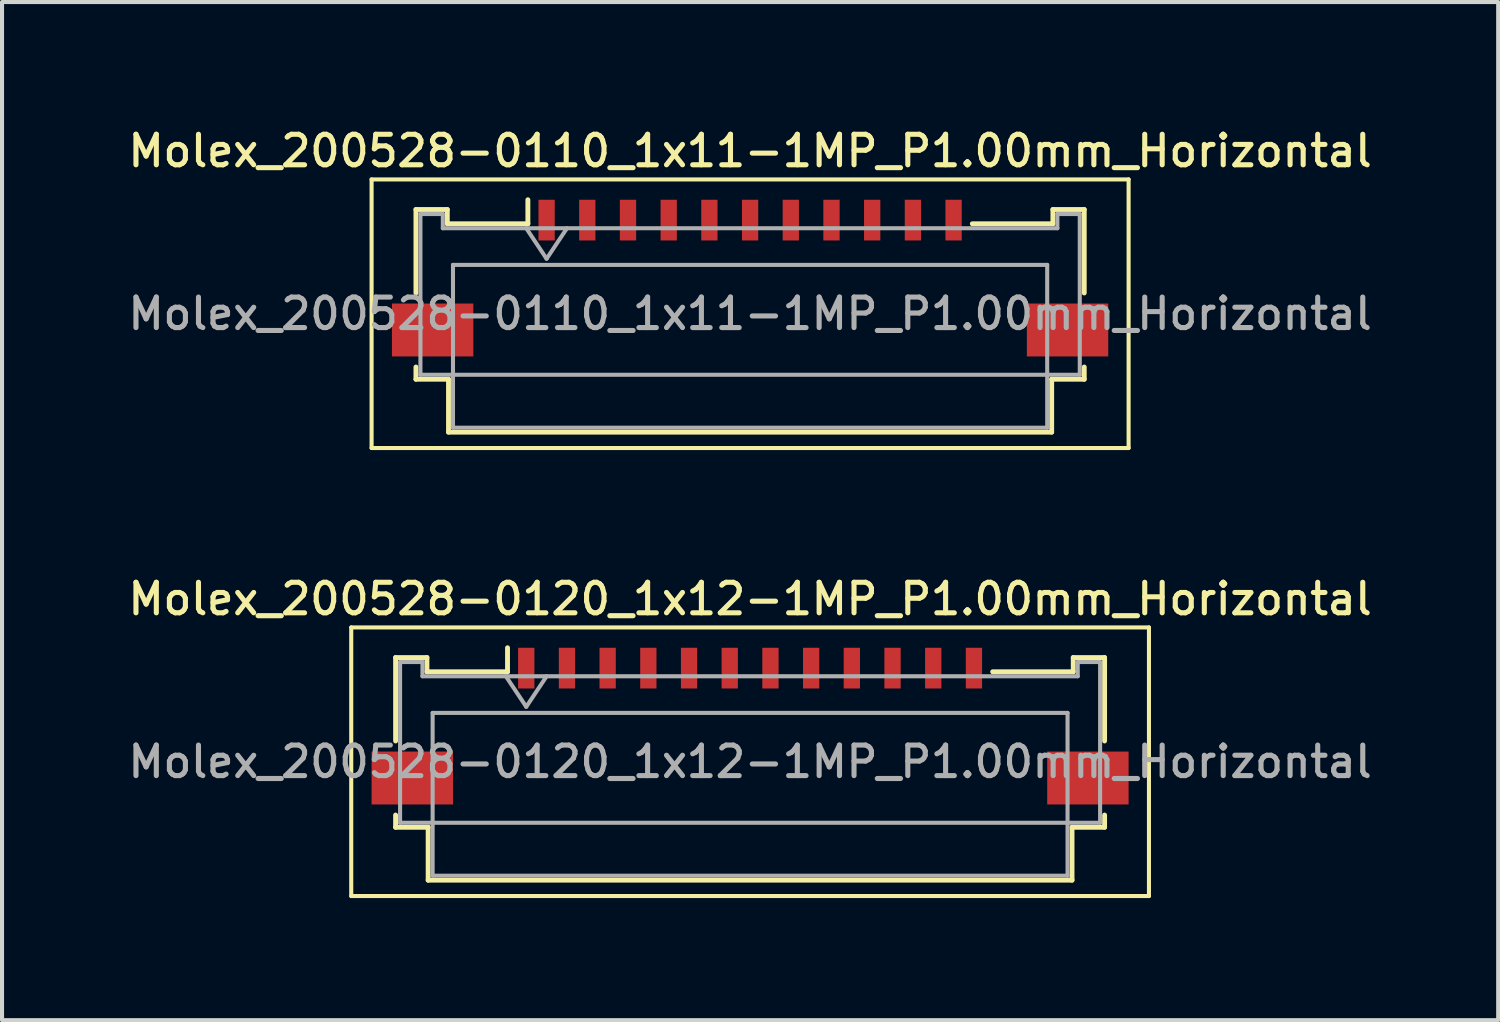
<source format=kicad_pcb>
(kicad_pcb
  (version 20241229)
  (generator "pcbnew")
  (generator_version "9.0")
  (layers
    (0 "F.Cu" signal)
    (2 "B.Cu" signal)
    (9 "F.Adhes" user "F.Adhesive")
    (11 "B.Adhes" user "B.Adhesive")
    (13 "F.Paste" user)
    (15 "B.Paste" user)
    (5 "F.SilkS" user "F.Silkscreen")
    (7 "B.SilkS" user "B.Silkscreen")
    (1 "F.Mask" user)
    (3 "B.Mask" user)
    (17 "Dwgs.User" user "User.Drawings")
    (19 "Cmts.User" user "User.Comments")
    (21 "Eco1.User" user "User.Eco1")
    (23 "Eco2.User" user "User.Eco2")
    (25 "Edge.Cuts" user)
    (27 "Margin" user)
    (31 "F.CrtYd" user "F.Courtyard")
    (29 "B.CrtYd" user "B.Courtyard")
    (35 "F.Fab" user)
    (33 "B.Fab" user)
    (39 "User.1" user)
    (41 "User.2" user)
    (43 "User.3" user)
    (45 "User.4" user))
  (footprint "Molex_200528-0120_1x12-1MP_P1.00mm_Horizontal"
    (layer "F.Cu")
    (at 15.38 14.276)
    (property "Reference" "Molex_200528-0120_1x12-1MP_P1.00mm_Horizontal" (at 0 -2.61 0) (layer "F.SilkS") (effects (font (size 0.75 0.75) (thickness 0.125))))
    (attr smd)
    (fp_line (start -9.8 -1.91) (end -9.8 4.69) (stroke (width 0.1) (type solid)) (layer "F.SilkS"))
    (fp_line (start -9.8 4.69) (end 9.8 4.69) (stroke (width 0.1) (type solid)) (layer "F.SilkS"))
    (fp_line (start -8.71 -1.17) (end -8.71 0.88) (stroke (width 0.12) (type solid)) (layer "F.SilkS"))
    (fp_line (start -8.71 2.7) (end -8.71 3) (stroke (width 0.12) (type solid)) (layer "F.SilkS"))
    (fp_line (start -8.71 3) (end -7.91 3) (stroke (width 0.12) (type solid)) (layer "F.SilkS"))
    (fp_line (start -7.94 -1.17) (end -8.71 -1.17) (stroke (width 0.12) (type solid)) (layer "F.SilkS"))
    (fp_line (start -7.94 -0.82) (end -7.94 -1.17) (stroke (width 0.12) (type solid)) (layer "F.SilkS"))
    (fp_line (start -7.91 3) (end -7.91 4.3) (stroke (width 0.12) (type solid)) (layer "F.SilkS"))
    (fp_line (start -7.91 4.3) (end 7.91 4.3) (stroke (width 0.12) (type solid)) (layer "F.SilkS"))
    (fp_line (start -5.96 -1.41) (end -5.96 -0.82) (stroke (width 0.12) (type solid)) (layer "F.SilkS"))
    (fp_line (start -5.96 -0.82) (end -7.94 -0.82) (stroke (width 0.12) (type solid)) (layer "F.SilkS"))
    (fp_line (start 7.91 3) (end 8.71 3) (stroke (width 0.12) (type solid)) (layer "F.SilkS"))
    (fp_line (start 7.91 4.3) (end 7.91 3) (stroke (width 0.12) (type solid)) (layer "F.SilkS"))
    (fp_line (start 7.94 -1.17) (end 7.94 -0.82) (stroke (width 0.12) (type solid)) (layer "F.SilkS"))
    (fp_line (start 7.94 -0.82) (end 5.96 -0.82) (stroke (width 0.12) (type solid)) (layer "F.SilkS"))
    (fp_line (start 8.71 -1.17) (end 7.94 -1.17) (stroke (width 0.12) (type solid)) (layer "F.SilkS"))
    (fp_line (start 8.71 0.88) (end 8.71 -1.17) (stroke (width 0.12) (type solid)) (layer "F.SilkS"))
    (fp_line (start 8.71 3) (end 8.71 2.7) (stroke (width 0.12) (type solid)) (layer "F.SilkS"))
    (fp_line (start 9.8 -1.91) (end -9.8 -1.91) (stroke (width 0.1) (type solid)) (layer "F.SilkS"))
    (fp_line (start 9.8 4.69) (end 9.8 -1.91) (stroke (width 0.1) (type solid)) (layer "F.SilkS"))
    (fp_line (start -8.6 -1.06) (end -8.6 2.89) (stroke (width 0.1) (type solid)) (layer "F.Fab"))
    (fp_line (start -8.6 2.89) (end 8.6 2.89) (stroke (width 0.1) (type solid)) (layer "F.Fab"))
    (fp_line (start -8.05 -1.06) (end -8.6 -1.06) (stroke (width 0.1) (type solid)) (layer "F.Fab"))
    (fp_line (start -8.05 -0.71) (end -8.05 -1.06) (stroke (width 0.1) (type solid)) (layer "F.Fab"))
    (fp_line (start -7.8 0.19) (end -7.8 4.19) (stroke (width 0.1) (type solid)) (layer "F.Fab"))
    (fp_line (start -7.8 4.19) (end 7.8 4.19) (stroke (width 0.1) (type solid)) (layer "F.Fab"))
    (fp_line (start -6 -0.71) (end -5.5 0.04) (stroke (width 0.1) (type solid)) (layer "F.Fab"))
    (fp_line (start -5.5 0.04) (end -5 -0.71) (stroke (width 0.1) (type solid)) (layer "F.Fab"))
    (fp_line (start 7.8 0.19) (end -7.8 0.19) (stroke (width 0.1) (type solid)) (layer "F.Fab"))
    (fp_line (start 7.8 4.19) (end 7.8 0.19) (stroke (width 0.1) (type solid)) (layer "F.Fab"))
    (fp_line (start 8.05 -1.06) (end 8.05 -0.71) (stroke (width 0.1) (type solid)) (layer "F.Fab"))
    (fp_line (start 8.05 -0.71) (end -8.05 -0.71) (stroke (width 0.1) (type solid)) (layer "F.Fab"))
    (fp_line (start 8.6 -1.06) (end 8.05 -1.06) (stroke (width 0.1) (type solid)) (layer "F.Fab"))
    (fp_line (start 8.6 2.89) (end 8.6 -1.06) (stroke (width 0.1) (type solid)) (layer "F.Fab"))
    (fp_text user "${REFERENCE}" (at 0 1.39 0) (layer "F.Fab") (effects (font (size 0.75 0.75) (thickness 0.125))))
    (pad "1" smd rect (at -5.5 -0.91) (size 0.4 1) (layers "F.Cu" "F.Mask" "F.Paste"))
    (pad "2" smd rect (at -4.5 -0.91) (size 0.4 1) (layers "F.Cu" "F.Mask" "F.Paste"))
    (pad "3" smd rect (at -3.5 -0.91) (size 0.4 1) (layers "F.Cu" "F.Mask" "F.Paste"))
    (pad "4" smd rect (at -2.5 -0.91) (size 0.4 1) (layers "F.Cu" "F.Mask" "F.Paste"))
    (pad "5" smd rect (at -1.5 -0.91) (size 0.4 1) (layers "F.Cu" "F.Mask" "F.Paste"))
    (pad "6" smd rect (at -0.5 -0.91) (size 0.4 1) (layers "F.Cu" "F.Mask" "F.Paste"))
    (pad "7" smd rect (at 0.5 -0.91) (size 0.4 1) (layers "F.Cu" "F.Mask" "F.Paste"))
    (pad "8" smd rect (at 1.5 -0.91) (size 0.4 1) (layers "F.Cu" "F.Mask" "F.Paste"))
    (pad "9" smd rect (at 2.5 -0.91) (size 0.4 1) (layers "F.Cu" "F.Mask" "F.Paste"))
    (pad "10" smd rect (at 3.5 -0.91) (size 0.4 1) (layers "F.Cu" "F.Mask" "F.Paste"))
    (pad "11" smd rect (at 4.5 -0.91) (size 0.4 1) (layers "F.Cu" "F.Mask" "F.Paste"))
    (pad "12" smd rect (at 5.5 -0.91) (size 0.4 1) (layers "F.Cu" "F.Mask" "F.Paste"))
    (pad "MP" smd rect (at -8.3 1.79) (size 2 1.3) (layers "F.Cu" "F.Mask" "F.Paste"))
    (pad "MP" smd rect (at 8.3 1.79) (size 2 1.3) (layers "F.Cu" "F.Mask" "F.Paste")))
  (footprint "Molex_200528-0110_1x11-1MP_P1.00mm_Horizontal"
    (layer "F.Cu")
    (at 15.38 3.268)
    (property "Reference" "Molex_200528-0110_1x11-1MP_P1.00mm_Horizontal" (at 0 -2.61 0) (layer "F.SilkS") (effects (font (size 0.75 0.75) (thickness 0.125))))
    (attr smd)
    (fp_line (start -9.3 -1.91) (end -9.3 4.69) (stroke (width 0.1) (type solid)) (layer "F.SilkS"))
    (fp_line (start -9.3 4.69) (end 9.3 4.69) (stroke (width 0.1) (type solid)) (layer "F.SilkS"))
    (fp_line (start -8.21 -1.17) (end -8.21 0.88) (stroke (width 0.12) (type solid)) (layer "F.SilkS"))
    (fp_line (start -8.21 2.7) (end -8.21 3) (stroke (width 0.12) (type solid)) (layer "F.SilkS"))
    (fp_line (start -8.21 3) (end -7.41 3) (stroke (width 0.12) (type solid)) (layer "F.SilkS"))
    (fp_line (start -7.44 -1.17) (end -8.21 -1.17) (stroke (width 0.12) (type solid)) (layer "F.SilkS"))
    (fp_line (start -7.44 -0.82) (end -7.44 -1.17) (stroke (width 0.12) (type solid)) (layer "F.SilkS"))
    (fp_line (start -7.41 3) (end -7.41 4.3) (stroke (width 0.12) (type solid)) (layer "F.SilkS"))
    (fp_line (start -7.41 4.3) (end 7.41 4.3) (stroke (width 0.12) (type solid)) (layer "F.SilkS"))
    (fp_line (start -5.46 -1.41) (end -5.46 -0.82) (stroke (width 0.12) (type solid)) (layer "F.SilkS"))
    (fp_line (start -5.46 -0.82) (end -7.44 -0.82) (stroke (width 0.12) (type solid)) (layer "F.SilkS"))
    (fp_line (start 7.41 3) (end 8.21 3) (stroke (width 0.12) (type solid)) (layer "F.SilkS"))
    (fp_line (start 7.41 4.3) (end 7.41 3) (stroke (width 0.12) (type solid)) (layer "F.SilkS"))
    (fp_line (start 7.44 -1.17) (end 7.44 -0.82) (stroke (width 0.12) (type solid)) (layer "F.SilkS"))
    (fp_line (start 7.44 -0.82) (end 5.46 -0.82) (stroke (width 0.12) (type solid)) (layer "F.SilkS"))
    (fp_line (start 8.21 -1.17) (end 7.44 -1.17) (stroke (width 0.12) (type solid)) (layer "F.SilkS"))
    (fp_line (start 8.21 0.88) (end 8.21 -1.17) (stroke (width 0.12) (type solid)) (layer "F.SilkS"))
    (fp_line (start 8.21 3) (end 8.21 2.7) (stroke (width 0.12) (type solid)) (layer "F.SilkS"))
    (fp_line (start 9.3 -1.91) (end -9.3 -1.91) (stroke (width 0.1) (type solid)) (layer "F.SilkS"))
    (fp_line (start 9.3 4.69) (end 9.3 -1.91) (stroke (width 0.1) (type solid)) (layer "F.SilkS"))
    (fp_line (start -8.1 -1.06) (end -8.1 2.89) (stroke (width 0.1) (type solid)) (layer "F.Fab"))
    (fp_line (start -8.1 2.89) (end 8.1 2.89) (stroke (width 0.1) (type solid)) (layer "F.Fab"))
    (fp_line (start -7.55 -1.06) (end -8.1 -1.06) (stroke (width 0.1) (type solid)) (layer "F.Fab"))
    (fp_line (start -7.55 -0.71) (end -7.55 -1.06) (stroke (width 0.1) (type solid)) (layer "F.Fab"))
    (fp_line (start -7.3 0.19) (end -7.3 4.19) (stroke (width 0.1) (type solid)) (layer "F.Fab"))
    (fp_line (start -7.3 4.19) (end 7.3 4.19) (stroke (width 0.1) (type solid)) (layer "F.Fab"))
    (fp_line (start -5.5 -0.71) (end -5 0.04) (stroke (width 0.1) (type solid)) (layer "F.Fab"))
    (fp_line (start -5 0.04) (end -4.5 -0.71) (stroke (width 0.1) (type solid)) (layer "F.Fab"))
    (fp_line (start 7.3 0.19) (end -7.3 0.19) (stroke (width 0.1) (type solid)) (layer "F.Fab"))
    (fp_line (start 7.3 4.19) (end 7.3 0.19) (stroke (width 0.1) (type solid)) (layer "F.Fab"))
    (fp_line (start 7.55 -1.06) (end 7.55 -0.71) (stroke (width 0.1) (type solid)) (layer "F.Fab"))
    (fp_line (start 7.55 -0.71) (end -7.55 -0.71) (stroke (width 0.1) (type solid)) (layer "F.Fab"))
    (fp_line (start 8.1 -1.06) (end 7.55 -1.06) (stroke (width 0.1) (type solid)) (layer "F.Fab"))
    (fp_line (start 8.1 2.89) (end 8.1 -1.06) (stroke (width 0.1) (type solid)) (layer "F.Fab"))
    (fp_text user "${REFERENCE}" (at 0 1.39 0) (layer "F.Fab") (effects (font (size 0.75 0.75) (thickness 0.125))))
    (pad "1" smd rect (at -5 -0.91) (size 0.4 1) (layers "F.Cu" "F.Mask" "F.Paste"))
    (pad "2" smd rect (at -4 -0.91) (size 0.4 1) (layers "F.Cu" "F.Mask" "F.Paste"))
    (pad "3" smd rect (at -3 -0.91) (size 0.4 1) (layers "F.Cu" "F.Mask" "F.Paste"))
    (pad "4" smd rect (at -2 -0.91) (size 0.4 1) (layers "F.Cu" "F.Mask" "F.Paste"))
    (pad "5" smd rect (at -1 -0.91) (size 0.4 1) (layers "F.Cu" "F.Mask" "F.Paste"))
    (pad "6" smd rect (at 0 -0.91) (size 0.4 1) (layers "F.Cu" "F.Mask" "F.Paste"))
    (pad "7" smd rect (at 1 -0.91) (size 0.4 1) (layers "F.Cu" "F.Mask" "F.Paste"))
    (pad "8" smd rect (at 2 -0.91) (size 0.4 1) (layers "F.Cu" "F.Mask" "F.Paste"))
    (pad "9" smd rect (at 3 -0.91) (size 0.4 1) (layers "F.Cu" "F.Mask" "F.Paste"))
    (pad "10" smd rect (at 4 -0.91) (size 0.4 1) (layers "F.Cu" "F.Mask" "F.Paste"))
    (pad "11" smd rect (at 5 -0.91) (size 0.4 1) (layers "F.Cu" "F.Mask" "F.Paste"))
    (pad "MP" smd rect (at -7.8 1.79) (size 2 1.3) (layers "F.Cu" "F.Mask" "F.Paste"))
    (pad "MP" smd rect (at 7.8 1.79) (size 2 1.3) (layers "F.Cu" "F.Mask" "F.Paste")))
  (gr_rect
    (start -3 -3)
    (end 33.761 22.016)
    (stroke (width 0.1) (type default))
    (fill no)
    (layer "Edge.Cuts")))
</source>
